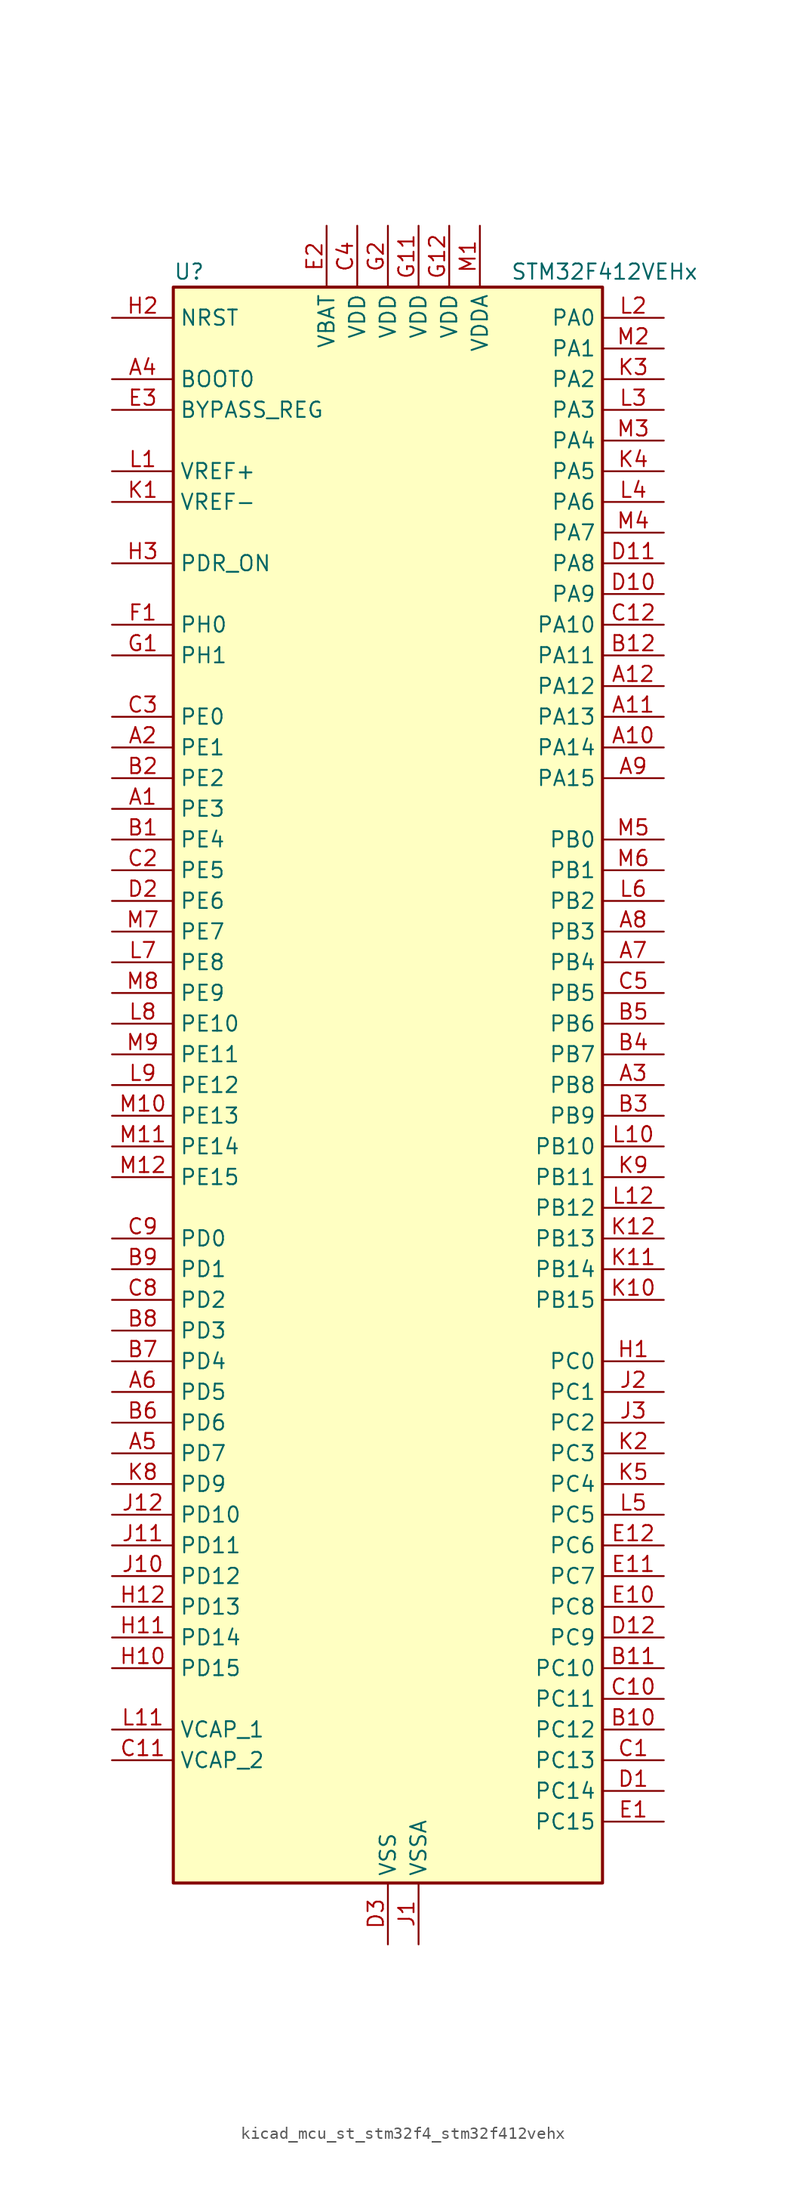
<source format=kicad_sym>
(kicad_symbol_lib
  (version 20220914)
  (generator kicad_symbol_editor)
  (symbol "kicad_mcu_st_stm32f4_stm32f412vehx"
    (property "Reference" "U"
      (at -17.78 67.31 0)
      (effects (font (size 1.27 1.27)) (justify left)))
    (property "Value" "STM32F412VEHx"
      (at 10.16 67.31 0)
      (effects (font (size 1.27 1.27)) (justify left)))
    (property "ki_locked" ""
      (at 0 0 0)
      (effects (font (size 1.27 1.27))))
    (symbol "kicad_mcu_st_stm32f4_stm32f412vehx_0_1"
      (rectangle (start -17.78 -66.04) (end 17.78 66.04) (stroke (width 0.254) (type default)) (fill (type background))))
    (symbol "kicad_mcu_st_stm32f4_stm32f412vehx_1_1"
      (pin bidirectional line (at -22.86 22.86 0) (length 5.08) (name "PE3" (effects (font (size 1.27 1.27)))) (number "A1" (effects (font (size 1.27 1.27)))) (alternate "FSMC_A19" bidirectional line) (alternate "SYS_TRACED0" bidirectional line))
      (pin bidirectional line (at 22.86 27.94 180) (length 5.08) (name "PA14" (effects (font (size 1.27 1.27)))) (number "A10" (effects (font (size 1.27 1.27)))) (alternate "SYS_JTCK-SWCLK" bidirectional line))
      (pin bidirectional line (at 22.86 30.48 180) (length 5.08) (name "PA13" (effects (font (size 1.27 1.27)))) (number "A11" (effects (font (size 1.27 1.27)))) (alternate "SYS_JTMS-SWDIO" bidirectional line))
      (pin bidirectional line (at 22.86 33.02 180) (length 5.08) (name "PA12" (effects (font (size 1.27 1.27)))) (number "A12" (effects (font (size 1.27 1.27)))) (alternate "CAN1_TX" bidirectional line) (alternate "SPI5_MISO" bidirectional line) (alternate "TIM1_ETR" bidirectional line) (alternate "USART1_RTS" bidirectional line) (alternate "USART6_RX" bidirectional line) (alternate "USB_OTG_FS_DP" bidirectional line))
      (pin bidirectional line (at -22.86 27.94 0) (length 5.08) (name "PE1" (effects (font (size 1.27 1.27)))) (number "A2" (effects (font (size 1.27 1.27)))) (alternate "FSMC_NBL1" bidirectional line))
      (pin bidirectional line (at 22.86 0 180) (length 5.08) (name "PB8" (effects (font (size 1.27 1.27)))) (number "A3" (effects (font (size 1.27 1.27)))) (alternate "CAN1_RX" bidirectional line) (alternate "I2C1_SCL" bidirectional line) (alternate "I2C3_SDA" bidirectional line) (alternate "I2S5_SD" bidirectional line) (alternate "SDIO_D4" bidirectional line) (alternate "SPI5_MOSI" bidirectional line) (alternate "TIM10_CH1" bidirectional line) (alternate "TIM4_CH3" bidirectional line))
      (pin input line (at -22.86 58.42 0) (length 5.08) (name "BOOT0" (effects (font (size 1.27 1.27)))) (number "A4" (effects (font (size 1.27 1.27)))))
      (pin bidirectional line (at -22.86 -30.48 0) (length 5.08) (name "PD7" (effects (font (size 1.27 1.27)))) (number "A5" (effects (font (size 1.27 1.27)))) (alternate "DFSDM1_CKIN1" bidirectional line) (alternate "FSMC_NE1" bidirectional line) (alternate "USART2_CK" bidirectional line))
      (pin bidirectional line (at -22.86 -25.4 0) (length 5.08) (name "PD5" (effects (font (size 1.27 1.27)))) (number "A6" (effects (font (size 1.27 1.27)))) (alternate "FSMC_NWE" bidirectional line) (alternate "USART2_TX" bidirectional line))
      (pin bidirectional line (at 22.86 10.16 180) (length 5.08) (name "PB4" (effects (font (size 1.27 1.27)))) (number "A7" (effects (font (size 1.27 1.27)))) (alternate "I2C3_SDA" bidirectional line) (alternate "I2S3_ext_SD" bidirectional line) (alternate "SDIO_D0" bidirectional line) (alternate "SPI1_MISO" bidirectional line) (alternate "SPI3_MISO" bidirectional line) (alternate "SYS_JTRST" bidirectional line) (alternate "TIM3_CH1" bidirectional line))
      (pin bidirectional line (at 22.86 12.7 180) (length 5.08) (name "PB3" (effects (font (size 1.27 1.27)))) (number "A8" (effects (font (size 1.27 1.27)))) (alternate "FMPI2C1_SDA" bidirectional line) (alternate "I2C2_SDA" bidirectional line) (alternate "I2S1_CK" bidirectional line) (alternate "I2S3_CK" bidirectional line) (alternate "SPI1_SCK" bidirectional line) (alternate "SPI3_SCK" bidirectional line) (alternate "SYS_JTDO-SWO" bidirectional line) (alternate "TIM2_CH2" bidirectional line) (alternate "USART1_RX" bidirectional line))
      (pin bidirectional line (at 22.86 25.4 180) (length 5.08) (name "PA15" (effects (font (size 1.27 1.27)))) (number "A9" (effects (font (size 1.27 1.27)))) (alternate "ADC1_EXTI15" bidirectional line) (alternate "I2S1_WS" bidirectional line) (alternate "I2S3_WS" bidirectional line) (alternate "SPI1_NSS" bidirectional line) (alternate "SPI3_NSS" bidirectional line) (alternate "SYS_JTDI" bidirectional line) (alternate "TIM2_CH1" bidirectional line) (alternate "TIM2_ETR" bidirectional line) (alternate "USART1_TX" bidirectional line))
      (pin bidirectional line (at -22.86 20.32 0) (length 5.08) (name "PE4" (effects (font (size 1.27 1.27)))) (number "B1" (effects (font (size 1.27 1.27)))) (alternate "DFSDM1_DATIN3" bidirectional line) (alternate "FSMC_A20" bidirectional line) (alternate "I2S4_WS" bidirectional line) (alternate "I2S5_WS" bidirectional line) (alternate "SPI4_NSS" bidirectional line) (alternate "SPI5_NSS" bidirectional line) (alternate "SYS_TRACED1" bidirectional line))
      (pin bidirectional line (at 22.86 -53.34 180) (length 5.08) (name "PC12" (effects (font (size 1.27 1.27)))) (number "B10" (effects (font (size 1.27 1.27)))) (alternate "FSMC_D3" bidirectional line) (alternate "FSMC_DA3" bidirectional line) (alternate "I2S3_SD" bidirectional line) (alternate "SDIO_CK" bidirectional line) (alternate "SPI3_MOSI" bidirectional line) (alternate "USART3_CK" bidirectional line))
      (pin bidirectional line (at 22.86 -48.26 180) (length 5.08) (name "PC10" (effects (font (size 1.27 1.27)))) (number "B11" (effects (font (size 1.27 1.27)))) (alternate "I2S3_CK" bidirectional line) (alternate "QUADSPI_BK1_IO1" bidirectional line) (alternate "SDIO_D2" bidirectional line) (alternate "SPI3_SCK" bidirectional line) (alternate "USART3_TX" bidirectional line))
      (pin bidirectional line (at 22.86 35.56 180) (length 5.08) (name "PA11" (effects (font (size 1.27 1.27)))) (number "B12" (effects (font (size 1.27 1.27)))) (alternate "ADC1_EXTI11" bidirectional line) (alternate "CAN1_RX" bidirectional line) (alternate "SPI4_MISO" bidirectional line) (alternate "TIM1_CH4" bidirectional line) (alternate "USART1_CTS" bidirectional line) (alternate "USART6_TX" bidirectional line) (alternate "USB_OTG_FS_DM" bidirectional line))
      (pin bidirectional line (at -22.86 25.4 0) (length 5.08) (name "PE2" (effects (font (size 1.27 1.27)))) (number "B2" (effects (font (size 1.27 1.27)))) (alternate "FSMC_A23" bidirectional line) (alternate "I2S4_CK" bidirectional line) (alternate "I2S5_CK" bidirectional line) (alternate "QUADSPI_BK1_IO2" bidirectional line) (alternate "SPI4_SCK" bidirectional line) (alternate "SPI5_SCK" bidirectional line) (alternate "SYS_TRACECLK" bidirectional line))
      (pin bidirectional line (at 22.86 -2.54 180) (length 5.08) (name "PB9" (effects (font (size 1.27 1.27)))) (number "B3" (effects (font (size 1.27 1.27)))) (alternate "CAN1_TX" bidirectional line) (alternate "I2C1_SDA" bidirectional line) (alternate "I2C2_SDA" bidirectional line) (alternate "I2S2_WS" bidirectional line) (alternate "SDIO_D5" bidirectional line) (alternate "SPI2_NSS" bidirectional line) (alternate "TIM11_CH1" bidirectional line) (alternate "TIM4_CH4" bidirectional line))
      (pin bidirectional line (at 22.86 2.54 180) (length 5.08) (name "PB7" (effects (font (size 1.27 1.27)))) (number "B4" (effects (font (size 1.27 1.27)))) (alternate "FSMC_NL" bidirectional line) (alternate "I2C1_SDA" bidirectional line) (alternate "TIM4_CH2" bidirectional line) (alternate "USART1_RX" bidirectional line))
      (pin bidirectional line (at 22.86 5.08 180) (length 5.08) (name "PB6" (effects (font (size 1.27 1.27)))) (number "B5" (effects (font (size 1.27 1.27)))) (alternate "CAN2_TX" bidirectional line) (alternate "I2C1_SCL" bidirectional line) (alternate "QUADSPI_BK1_NCS" bidirectional line) (alternate "SDIO_D0" bidirectional line) (alternate "TIM4_CH1" bidirectional line) (alternate "USART1_TX" bidirectional line))
      (pin bidirectional line (at -22.86 -27.94 0) (length 5.08) (name "PD6" (effects (font (size 1.27 1.27)))) (number "B6" (effects (font (size 1.27 1.27)))) (alternate "DFSDM1_DATIN1" bidirectional line) (alternate "FSMC_NWAIT" bidirectional line) (alternate "I2S3_SD" bidirectional line) (alternate "SPI3_MOSI" bidirectional line) (alternate "USART2_RX" bidirectional line))
      (pin bidirectional line (at -22.86 -22.86 0) (length 5.08) (name "PD4" (effects (font (size 1.27 1.27)))) (number "B7" (effects (font (size 1.27 1.27)))) (alternate "DFSDM1_CKIN0" bidirectional line) (alternate "FSMC_NOE" bidirectional line) (alternate "USART2_RTS" bidirectional line))
      (pin bidirectional line (at -22.86 -20.32 0) (length 5.08) (name "PD3" (effects (font (size 1.27 1.27)))) (number "B8" (effects (font (size 1.27 1.27)))) (alternate "DFSDM1_DATIN0" bidirectional line) (alternate "FSMC_CLK" bidirectional line) (alternate "I2S2_CK" bidirectional line) (alternate "QUADSPI_CLK" bidirectional line) (alternate "SPI2_SCK" bidirectional line) (alternate "SYS_TRACED1" bidirectional line) (alternate "USART2_CTS" bidirectional line))
      (pin bidirectional line (at -22.86 -15.24 0) (length 5.08) (name "PD1" (effects (font (size 1.27 1.27)))) (number "B9" (effects (font (size 1.27 1.27)))) (alternate "CAN1_TX" bidirectional line) (alternate "FSMC_D3" bidirectional line) (alternate "FSMC_DA3" bidirectional line))
      (pin bidirectional line (at 22.86 -55.88 180) (length 5.08) (name "PC13" (effects (font (size 1.27 1.27)))) (number "C1" (effects (font (size 1.27 1.27)))) (alternate "RTC_AF1" bidirectional line))
      (pin bidirectional line (at 22.86 -50.8 180) (length 5.08) (name "PC11" (effects (font (size 1.27 1.27)))) (number "C10" (effects (font (size 1.27 1.27)))) (alternate "ADC1_EXTI11" bidirectional line) (alternate "FSMC_D2" bidirectional line) (alternate "FSMC_DA2" bidirectional line) (alternate "I2S3_ext_SD" bidirectional line) (alternate "QUADSPI_BK2_NCS" bidirectional line) (alternate "SDIO_D3" bidirectional line) (alternate "SPI3_MISO" bidirectional line) (alternate "USART3_RX" bidirectional line))
      (pin power_out line (at -22.86 -55.88 0) (length 5.08) (name "VCAP_2" (effects (font (size 1.27 1.27)))) (number "C11" (effects (font (size 1.27 1.27)))))
      (pin bidirectional line (at 22.86 38.1 180) (length 5.08) (name "PA10" (effects (font (size 1.27 1.27)))) (number "C12" (effects (font (size 1.27 1.27)))) (alternate "I2S5_SD" bidirectional line) (alternate "SPI5_MOSI" bidirectional line) (alternate "TIM1_CH3" bidirectional line) (alternate "USART1_RX" bidirectional line) (alternate "USB_OTG_FS_ID" bidirectional line))
      (pin bidirectional line (at -22.86 17.78 0) (length 5.08) (name "PE5" (effects (font (size 1.27 1.27)))) (number "C2" (effects (font (size 1.27 1.27)))) (alternate "DFSDM1_CKIN3" bidirectional line) (alternate "FSMC_A21" bidirectional line) (alternate "SPI4_MISO" bidirectional line) (alternate "SPI5_MISO" bidirectional line) (alternate "SYS_TRACED2" bidirectional line) (alternate "TIM9_CH1" bidirectional line))
      (pin bidirectional line (at -22.86 30.48 0) (length 5.08) (name "PE0" (effects (font (size 1.27 1.27)))) (number "C3" (effects (font (size 1.27 1.27)))) (alternate "FSMC_NBL0" bidirectional line) (alternate "TIM4_ETR" bidirectional line))
      (pin power_in line (at -2.54 71.12 270) (length 5.08) (name "VDD" (effects (font (size 1.27 1.27)))) (number "C4" (effects (font (size 1.27 1.27)))))
      (pin bidirectional line (at 22.86 7.62 180) (length 5.08) (name "PB5" (effects (font (size 1.27 1.27)))) (number "C5" (effects (font (size 1.27 1.27)))) (alternate "CAN2_RX" bidirectional line) (alternate "I2C1_SMBA" bidirectional line) (alternate "I2S1_SD" bidirectional line) (alternate "I2S3_SD" bidirectional line) (alternate "SDIO_D3" bidirectional line) (alternate "SPI1_MOSI" bidirectional line) (alternate "SPI3_MOSI" bidirectional line) (alternate "TIM3_CH2" bidirectional line))
      (pin bidirectional line (at -22.86 -17.78 0) (length 5.08) (name "PD2" (effects (font (size 1.27 1.27)))) (number "C8" (effects (font (size 1.27 1.27)))) (alternate "FSMC_NWE" bidirectional line) (alternate "SDIO_CMD" bidirectional line) (alternate "TIM3_ETR" bidirectional line))
      (pin bidirectional line (at -22.86 -12.7 0) (length 5.08) (name "PD0" (effects (font (size 1.27 1.27)))) (number "C9" (effects (font (size 1.27 1.27)))) (alternate "CAN1_RX" bidirectional line) (alternate "FSMC_D2" bidirectional line) (alternate "FSMC_DA2" bidirectional line))
      (pin bidirectional line (at 22.86 -58.42 180) (length 5.08) (name "PC14" (effects (font (size 1.27 1.27)))) (number "D1" (effects (font (size 1.27 1.27)))) (alternate "RCC_OSC32_IN" bidirectional line))
      (pin bidirectional line (at 22.86 40.64 180) (length 5.08) (name "PA9" (effects (font (size 1.27 1.27)))) (number "D10" (effects (font (size 1.27 1.27)))) (alternate "I2C3_SMBA" bidirectional line) (alternate "SDIO_D2" bidirectional line) (alternate "TIM1_CH2" bidirectional line) (alternate "USART1_TX" bidirectional line) (alternate "USB_OTG_FS_VBUS" bidirectional line))
      (pin bidirectional line (at 22.86 43.18 180) (length 5.08) (name "PA8" (effects (font (size 1.27 1.27)))) (number "D11" (effects (font (size 1.27 1.27)))) (alternate "I2C3_SCL" bidirectional line) (alternate "RCC_MCO_1" bidirectional line) (alternate "SDIO_D1" bidirectional line) (alternate "TIM1_CH1" bidirectional line) (alternate "USART1_CK" bidirectional line) (alternate "USB_OTG_FS_SOF" bidirectional line))
      (pin bidirectional line (at 22.86 -45.72 180) (length 5.08) (name "PC9" (effects (font (size 1.27 1.27)))) (number "D12" (effects (font (size 1.27 1.27)))) (alternate "I2C3_SDA" bidirectional line) (alternate "I2S_CKIN" bidirectional line) (alternate "QUADSPI_BK1_IO0" bidirectional line) (alternate "RCC_MCO_2" bidirectional line) (alternate "SDIO_D1" bidirectional line) (alternate "TIM3_CH4" bidirectional line) (alternate "TIM8_CH4" bidirectional line))
      (pin bidirectional line (at -22.86 15.24 0) (length 5.08) (name "PE6" (effects (font (size 1.27 1.27)))) (number "D2" (effects (font (size 1.27 1.27)))) (alternate "FSMC_A22" bidirectional line) (alternate "I2S4_SD" bidirectional line) (alternate "I2S5_SD" bidirectional line) (alternate "SPI4_MOSI" bidirectional line) (alternate "SPI5_MOSI" bidirectional line) (alternate "SYS_TRACED3" bidirectional line) (alternate "TIM9_CH2" bidirectional line))
      (pin power_in line (at 0 -71.12 90) (length 5.08) (name "VSS" (effects (font (size 1.27 1.27)))) (number "D3" (effects (font (size 1.27 1.27)))))
      (pin bidirectional line (at 22.86 -60.96 180) (length 5.08) (name "PC15" (effects (font (size 1.27 1.27)))) (number "E1" (effects (font (size 1.27 1.27)))) (alternate "ADC1_EXTI15" bidirectional line) (alternate "RCC_OSC32_OUT" bidirectional line))
      (pin bidirectional line (at 22.86 -43.18 180) (length 5.08) (name "PC8" (effects (font (size 1.27 1.27)))) (number "E10" (effects (font (size 1.27 1.27)))) (alternate "QUADSPI_BK1_IO2" bidirectional line) (alternate "SDIO_D0" bidirectional line) (alternate "TIM3_CH3" bidirectional line) (alternate "TIM8_CH3" bidirectional line) (alternate "USART6_CK" bidirectional line))
      (pin bidirectional line (at 22.86 -40.64 180) (length 5.08) (name "PC7" (effects (font (size 1.27 1.27)))) (number "E11" (effects (font (size 1.27 1.27)))) (alternate "DFSDM1_DATIN3" bidirectional line) (alternate "FMPI2C1_SDA" bidirectional line) (alternate "I2S2_CK" bidirectional line) (alternate "I2S3_MCK" bidirectional line) (alternate "SDIO_D7" bidirectional line) (alternate "SPI2_SCK" bidirectional line) (alternate "TIM3_CH2" bidirectional line) (alternate "TIM8_CH2" bidirectional line) (alternate "USART6_RX" bidirectional line))
      (pin bidirectional line (at 22.86 -38.1 180) (length 5.08) (name "PC6" (effects (font (size 1.27 1.27)))) (number "E12" (effects (font (size 1.27 1.27)))) (alternate "DFSDM1_CKIN3" bidirectional line) (alternate "FMPI2C1_SCL" bidirectional line) (alternate "FSMC_D1" bidirectional line) (alternate "FSMC_DA1" bidirectional line) (alternate "I2S2_MCK" bidirectional line) (alternate "SDIO_D6" bidirectional line) (alternate "TIM3_CH1" bidirectional line) (alternate "TIM8_CH1" bidirectional line) (alternate "USART6_TX" bidirectional line))
      (pin power_in line (at -5.08 71.12 270) (length 5.08) (name "VBAT" (effects (font (size 1.27 1.27)))) (number "E2" (effects (font (size 1.27 1.27)))))
      (pin input line (at -22.86 55.88 0) (length 5.08) (name "BYPASS_REG" (effects (font (size 1.27 1.27)))) (number "E3" (effects (font (size 1.27 1.27)))))
      (pin bidirectional line (at -22.86 38.1 0) (length 5.08) (name "PH0" (effects (font (size 1.27 1.27)))) (number "F1" (effects (font (size 1.27 1.27)))) (alternate "RCC_OSC_IN" bidirectional line))
      (pin passive line (at 0 -71.12 90) (length 5.08) hide (name "VSS" (effects (font (size 1.27 1.27)))) (number "F11" (effects (font (size 1.27 1.27)))))
      (pin passive line (at 0 -71.12 90) (length 5.08) hide (name "VSS" (effects (font (size 1.27 1.27)))) (number "F12" (effects (font (size 1.27 1.27)))))
      (pin passive line (at 0 -71.12 90) (length 5.08) hide (name "VSS" (effects (font (size 1.27 1.27)))) (number "F2" (effects (font (size 1.27 1.27)))))
      (pin bidirectional line (at -22.86 35.56 0) (length 5.08) (name "PH1" (effects (font (size 1.27 1.27)))) (number "G1" (effects (font (size 1.27 1.27)))) (alternate "RCC_OSC_OUT" bidirectional line))
      (pin power_in line (at 2.54 71.12 270) (length 5.08) (name "VDD" (effects (font (size 1.27 1.27)))) (number "G11" (effects (font (size 1.27 1.27)))))
      (pin power_in line (at 5.08 71.12 270) (length 5.08) (name "VDD" (effects (font (size 1.27 1.27)))) (number "G12" (effects (font (size 1.27 1.27)))))
      (pin power_in line (at 0 71.12 270) (length 5.08) (name "VDD" (effects (font (size 1.27 1.27)))) (number "G2" (effects (font (size 1.27 1.27)))))
      (pin bidirectional line (at 22.86 -22.86 180) (length 5.08) (name "PC0" (effects (font (size 1.27 1.27)))) (number "H1" (effects (font (size 1.27 1.27)))) (alternate "ADC1_IN10" bidirectional line) (alternate "SYS_WKUP2" bidirectional line))
      (pin bidirectional line (at -22.86 -48.26 0) (length 5.08) (name "PD15" (effects (font (size 1.27 1.27)))) (number "H10" (effects (font (size 1.27 1.27)))) (alternate "ADC1_EXTI15" bidirectional line) (alternate "FMPI2C1_SDA" bidirectional line) (alternate "FSMC_D1" bidirectional line) (alternate "FSMC_DA1" bidirectional line) (alternate "TIM4_CH4" bidirectional line))
      (pin bidirectional line (at -22.86 -45.72 0) (length 5.08) (name "PD14" (effects (font (size 1.27 1.27)))) (number "H11" (effects (font (size 1.27 1.27)))) (alternate "FMPI2C1_SCL" bidirectional line) (alternate "FSMC_D0" bidirectional line) (alternate "FSMC_DA0" bidirectional line) (alternate "TIM4_CH3" bidirectional line))
      (pin bidirectional line (at -22.86 -43.18 0) (length 5.08) (name "PD13" (effects (font (size 1.27 1.27)))) (number "H12" (effects (font (size 1.27 1.27)))) (alternate "FMPI2C1_SDA" bidirectional line) (alternate "FSMC_A18" bidirectional line) (alternate "QUADSPI_BK1_IO3" bidirectional line) (alternate "TIM4_CH2" bidirectional line))
      (pin input line (at -22.86 63.5 0) (length 5.08) (name "NRST" (effects (font (size 1.27 1.27)))) (number "H2" (effects (font (size 1.27 1.27)))))
      (pin input line (at -22.86 43.18 0) (length 5.08) (name "PDR_ON" (effects (font (size 1.27 1.27)))) (number "H3" (effects (font (size 1.27 1.27)))))
      (pin power_in line (at 2.54 -71.12 90) (length 5.08) (name "VSSA" (effects (font (size 1.27 1.27)))) (number "J1" (effects (font (size 1.27 1.27)))))
      (pin bidirectional line (at -22.86 -40.64 0) (length 5.08) (name "PD12" (effects (font (size 1.27 1.27)))) (number "J10" (effects (font (size 1.27 1.27)))) (alternate "FMPI2C1_SCL" bidirectional line) (alternate "FSMC_A17" bidirectional line) (alternate "QUADSPI_BK1_IO1" bidirectional line) (alternate "TIM4_CH1" bidirectional line) (alternate "USART3_RTS" bidirectional line))
      (pin bidirectional line (at -22.86 -38.1 0) (length 5.08) (name "PD11" (effects (font (size 1.27 1.27)))) (number "J11" (effects (font (size 1.27 1.27)))) (alternate "ADC1_EXTI11" bidirectional line) (alternate "FMPI2C1_SMBA" bidirectional line) (alternate "FSMC_A16" bidirectional line) (alternate "QUADSPI_BK1_IO0" bidirectional line) (alternate "USART3_CTS" bidirectional line))
      (pin bidirectional line (at -22.86 -35.56 0) (length 5.08) (name "PD10" (effects (font (size 1.27 1.27)))) (number "J12" (effects (font (size 1.27 1.27)))) (alternate "FSMC_D15" bidirectional line) (alternate "FSMC_DA15" bidirectional line) (alternate "USART3_CK" bidirectional line))
      (pin bidirectional line (at 22.86 -25.4 180) (length 5.08) (name "PC1" (effects (font (size 1.27 1.27)))) (number "J2" (effects (font (size 1.27 1.27)))) (alternate "ADC1_IN11" bidirectional line) (alternate "SYS_WKUP3" bidirectional line))
      (pin bidirectional line (at 22.86 -27.94 180) (length 5.08) (name "PC2" (effects (font (size 1.27 1.27)))) (number "J3" (effects (font (size 1.27 1.27)))) (alternate "ADC1_IN12" bidirectional line) (alternate "DFSDM1_CKOUT" bidirectional line) (alternate "FSMC_NWE" bidirectional line) (alternate "I2S2_ext_SD" bidirectional line) (alternate "SPI2_MISO" bidirectional line))
      (pin input line (at -22.86 48.26 0) (length 5.08) (name "VREF-" (effects (font (size 1.27 1.27)))) (number "K1" (effects (font (size 1.27 1.27)))))
      (pin bidirectional line (at 22.86 -17.78 180) (length 5.08) (name "PB15" (effects (font (size 1.27 1.27)))) (number "K10" (effects (font (size 1.27 1.27)))) (alternate "ADC1_EXTI15" bidirectional line) (alternate "DFSDM1_CKIN2" bidirectional line) (alternate "FMPI2C1_SCL" bidirectional line) (alternate "I2S2_SD" bidirectional line) (alternate "RTC_REFIN" bidirectional line) (alternate "SDIO_CK" bidirectional line) (alternate "SPI2_MOSI" bidirectional line) (alternate "TIM12_CH2" bidirectional line) (alternate "TIM1_CH3N" bidirectional line) (alternate "TIM8_CH3N" bidirectional line))
      (pin bidirectional line (at 22.86 -15.24 180) (length 5.08) (name "PB14" (effects (font (size 1.27 1.27)))) (number "K11" (effects (font (size 1.27 1.27)))) (alternate "DFSDM1_DATIN2" bidirectional line) (alternate "FMPI2C1_SDA" bidirectional line) (alternate "FSMC_D0" bidirectional line) (alternate "FSMC_DA0" bidirectional line) (alternate "I2S2_ext_SD" bidirectional line) (alternate "SDIO_D6" bidirectional line) (alternate "SPI2_MISO" bidirectional line) (alternate "TIM12_CH1" bidirectional line) (alternate "TIM1_CH2N" bidirectional line) (alternate "TIM8_CH2N" bidirectional line) (alternate "USART3_RTS" bidirectional line))
      (pin bidirectional line (at 22.86 -12.7 180) (length 5.08) (name "PB13" (effects (font (size 1.27 1.27)))) (number "K12" (effects (font (size 1.27 1.27)))) (alternate "CAN2_TX" bidirectional line) (alternate "DFSDM1_CKIN1" bidirectional line) (alternate "FMPI2C1_SMBA" bidirectional line) (alternate "I2S2_CK" bidirectional line) (alternate "I2S4_CK" bidirectional line) (alternate "SPI2_SCK" bidirectional line) (alternate "SPI4_SCK" bidirectional line) (alternate "TIM1_CH1N" bidirectional line) (alternate "USART3_CTS" bidirectional line))
      (pin bidirectional line (at 22.86 -30.48 180) (length 5.08) (name "PC3" (effects (font (size 1.27 1.27)))) (number "K2" (effects (font (size 1.27 1.27)))) (alternate "ADC1_IN13" bidirectional line) (alternate "FSMC_A0" bidirectional line) (alternate "I2S2_SD" bidirectional line) (alternate "SPI2_MOSI" bidirectional line))
      (pin bidirectional line (at 22.86 58.42 180) (length 5.08) (name "PA2" (effects (font (size 1.27 1.27)))) (number "K3" (effects (font (size 1.27 1.27)))) (alternate "ADC1_IN2" bidirectional line) (alternate "FSMC_D4" bidirectional line) (alternate "FSMC_DA4" bidirectional line) (alternate "I2S_CKIN" bidirectional line) (alternate "TIM2_CH3" bidirectional line) (alternate "TIM5_CH3" bidirectional line) (alternate "TIM9_CH1" bidirectional line) (alternate "USART2_TX" bidirectional line))
      (pin bidirectional line (at 22.86 50.8 180) (length 5.08) (name "PA5" (effects (font (size 1.27 1.27)))) (number "K4" (effects (font (size 1.27 1.27)))) (alternate "ADC1_IN5" bidirectional line) (alternate "DFSDM1_CKIN1" bidirectional line) (alternate "FSMC_D7" bidirectional line) (alternate "FSMC_DA7" bidirectional line) (alternate "I2S1_CK" bidirectional line) (alternate "SPI1_SCK" bidirectional line) (alternate "TIM2_CH1" bidirectional line) (alternate "TIM2_ETR" bidirectional line) (alternate "TIM8_CH1N" bidirectional line))
      (pin bidirectional line (at 22.86 -33.02 180) (length 5.08) (name "PC4" (effects (font (size 1.27 1.27)))) (number "K5" (effects (font (size 1.27 1.27)))) (alternate "ADC1_IN14" bidirectional line) (alternate "FSMC_NE4" bidirectional line) (alternate "I2S1_MCK" bidirectional line) (alternate "QUADSPI_BK2_IO2" bidirectional line))
      (pin bidirectional line (at -22.86 -33.02 0) (length 5.08) (name "PD9" (effects (font (size 1.27 1.27)))) (number "K8" (effects (font (size 1.27 1.27)))) (alternate "FSMC_D14" bidirectional line) (alternate "FSMC_DA14" bidirectional line) (alternate "USART3_RX" bidirectional line))
      (pin bidirectional line (at 22.86 -7.62 180) (length 5.08) (name "PB11" (effects (font (size 1.27 1.27)))) (number "K9" (effects (font (size 1.27 1.27)))) (alternate "ADC1_EXTI11" bidirectional line) (alternate "I2C2_SDA" bidirectional line) (alternate "I2S_CKIN" bidirectional line) (alternate "TIM2_CH4" bidirectional line) (alternate "USART3_RX" bidirectional line))
      (pin input line (at -22.86 50.8 0) (length 5.08) (name "VREF+" (effects (font (size 1.27 1.27)))) (number "L1" (effects (font (size 1.27 1.27)))))
      (pin bidirectional line (at 22.86 -5.08 180) (length 5.08) (name "PB10" (effects (font (size 1.27 1.27)))) (number "L10" (effects (font (size 1.27 1.27)))) (alternate "FMPI2C1_SCL" bidirectional line) (alternate "I2C2_SCL" bidirectional line) (alternate "I2S2_CK" bidirectional line) (alternate "I2S3_MCK" bidirectional line) (alternate "SDIO_D7" bidirectional line) (alternate "SPI2_SCK" bidirectional line) (alternate "TIM2_CH3" bidirectional line) (alternate "USART3_TX" bidirectional line))
      (pin power_out line (at -22.86 -53.34 0) (length 5.08) (name "VCAP_1" (effects (font (size 1.27 1.27)))) (number "L11" (effects (font (size 1.27 1.27)))))
      (pin bidirectional line (at 22.86 -10.16 180) (length 5.08) (name "PB12" (effects (font (size 1.27 1.27)))) (number "L12" (effects (font (size 1.27 1.27)))) (alternate "CAN2_RX" bidirectional line) (alternate "DFSDM1_DATIN1" bidirectional line) (alternate "FSMC_D13" bidirectional line) (alternate "FSMC_DA13" bidirectional line) (alternate "I2C2_SMBA" bidirectional line) (alternate "I2S2_WS" bidirectional line) (alternate "I2S3_CK" bidirectional line) (alternate "I2S4_WS" bidirectional line) (alternate "SPI2_NSS" bidirectional line) (alternate "SPI3_SCK" bidirectional line) (alternate "SPI4_NSS" bidirectional line) (alternate "TIM1_BKIN" bidirectional line) (alternate "USART3_CK" bidirectional line))
      (pin bidirectional line (at 22.86 63.5 180) (length 5.08) (name "PA0" (effects (font (size 1.27 1.27)))) (number "L2" (effects (font (size 1.27 1.27)))) (alternate "ADC1_IN0" bidirectional line) (alternate "SYS_WKUP1" bidirectional line) (alternate "TIM2_CH1" bidirectional line) (alternate "TIM2_ETR" bidirectional line) (alternate "TIM5_CH1" bidirectional line) (alternate "TIM8_ETR" bidirectional line) (alternate "USART2_CTS" bidirectional line))
      (pin bidirectional line (at 22.86 55.88 180) (length 5.08) (name "PA3" (effects (font (size 1.27 1.27)))) (number "L3" (effects (font (size 1.27 1.27)))) (alternate "ADC1_IN3" bidirectional line) (alternate "FSMC_D5" bidirectional line) (alternate "FSMC_DA5" bidirectional line) (alternate "I2S2_MCK" bidirectional line) (alternate "TIM2_CH4" bidirectional line) (alternate "TIM5_CH4" bidirectional line) (alternate "TIM9_CH2" bidirectional line) (alternate "USART2_RX" bidirectional line))
      (pin bidirectional line (at 22.86 48.26 180) (length 5.08) (name "PA6" (effects (font (size 1.27 1.27)))) (number "L4" (effects (font (size 1.27 1.27)))) (alternate "ADC1_IN6" bidirectional line) (alternate "I2S2_MCK" bidirectional line) (alternate "QUADSPI_BK2_IO0" bidirectional line) (alternate "SDIO_CMD" bidirectional line) (alternate "SPI1_MISO" bidirectional line) (alternate "TIM13_CH1" bidirectional line) (alternate "TIM1_BKIN" bidirectional line) (alternate "TIM3_CH1" bidirectional line) (alternate "TIM8_BKIN" bidirectional line))
      (pin bidirectional line (at 22.86 -35.56 180) (length 5.08) (name "PC5" (effects (font (size 1.27 1.27)))) (number "L5" (effects (font (size 1.27 1.27)))) (alternate "ADC1_IN15" bidirectional line) (alternate "FMPI2C1_SMBA" bidirectional line) (alternate "FSMC_NOE" bidirectional line) (alternate "QUADSPI_BK2_IO3" bidirectional line) (alternate "USART3_RX" bidirectional line))
      (pin bidirectional line (at 22.86 15.24 180) (length 5.08) (name "PB2" (effects (font (size 1.27 1.27)))) (number "L6" (effects (font (size 1.27 1.27)))) (alternate "DFSDM1_CKIN0" bidirectional line) (alternate "QUADSPI_CLK" bidirectional line))
      (pin bidirectional line (at -22.86 10.16 0) (length 5.08) (name "PE8" (effects (font (size 1.27 1.27)))) (number "L7" (effects (font (size 1.27 1.27)))) (alternate "DFSDM1_CKIN2" bidirectional line) (alternate "FSMC_D5" bidirectional line) (alternate "FSMC_DA5" bidirectional line) (alternate "QUADSPI_BK2_IO1" bidirectional line) (alternate "TIM1_CH1N" bidirectional line))
      (pin bidirectional line (at -22.86 5.08 0) (length 5.08) (name "PE10" (effects (font (size 1.27 1.27)))) (number "L8" (effects (font (size 1.27 1.27)))) (alternate "FSMC_D7" bidirectional line) (alternate "FSMC_DA7" bidirectional line) (alternate "QUADSPI_BK2_IO3" bidirectional line) (alternate "TIM1_CH2N" bidirectional line))
      (pin bidirectional line (at -22.86 0 0) (length 5.08) (name "PE12" (effects (font (size 1.27 1.27)))) (number "L9" (effects (font (size 1.27 1.27)))) (alternate "FSMC_D9" bidirectional line) (alternate "FSMC_DA9" bidirectional line) (alternate "I2S4_CK" bidirectional line) (alternate "I2S5_CK" bidirectional line) (alternate "SPI4_SCK" bidirectional line) (alternate "SPI5_SCK" bidirectional line) (alternate "TIM1_CH3N" bidirectional line))
      (pin power_in line (at 7.62 71.12 270) (length 5.08) (name "VDDA" (effects (font (size 1.27 1.27)))) (number "M1" (effects (font (size 1.27 1.27)))))
      (pin bidirectional line (at -22.86 -2.54 0) (length 5.08) (name "PE13" (effects (font (size 1.27 1.27)))) (number "M10" (effects (font (size 1.27 1.27)))) (alternate "FSMC_D10" bidirectional line) (alternate "FSMC_DA10" bidirectional line) (alternate "SPI4_MISO" bidirectional line) (alternate "SPI5_MISO" bidirectional line) (alternate "TIM1_CH3" bidirectional line))
      (pin bidirectional line (at -22.86 -5.08 0) (length 5.08) (name "PE14" (effects (font (size 1.27 1.27)))) (number "M11" (effects (font (size 1.27 1.27)))) (alternate "FSMC_D11" bidirectional line) (alternate "FSMC_DA11" bidirectional line) (alternate "I2S4_SD" bidirectional line) (alternate "I2S5_SD" bidirectional line) (alternate "SPI4_MOSI" bidirectional line) (alternate "SPI5_MOSI" bidirectional line) (alternate "TIM1_CH4" bidirectional line))
      (pin bidirectional line (at -22.86 -7.62 0) (length 5.08) (name "PE15" (effects (font (size 1.27 1.27)))) (number "M12" (effects (font (size 1.27 1.27)))) (alternate "ADC1_EXTI15" bidirectional line) (alternate "FSMC_D12" bidirectional line) (alternate "FSMC_DA12" bidirectional line) (alternate "TIM1_BKIN" bidirectional line))
      (pin bidirectional line (at 22.86 60.96 180) (length 5.08) (name "PA1" (effects (font (size 1.27 1.27)))) (number "M2" (effects (font (size 1.27 1.27)))) (alternate "ADC1_IN1" bidirectional line) (alternate "I2S4_SD" bidirectional line) (alternate "QUADSPI_BK1_IO3" bidirectional line) (alternate "SPI4_MOSI" bidirectional line) (alternate "TIM2_CH2" bidirectional line) (alternate "TIM5_CH2" bidirectional line) (alternate "USART2_RTS" bidirectional line))
      (pin bidirectional line (at 22.86 53.34 180) (length 5.08) (name "PA4" (effects (font (size 1.27 1.27)))) (number "M3" (effects (font (size 1.27 1.27)))) (alternate "ADC1_IN4" bidirectional line) (alternate "DFSDM1_DATIN1" bidirectional line) (alternate "FSMC_D6" bidirectional line) (alternate "FSMC_DA6" bidirectional line) (alternate "I2S1_WS" bidirectional line) (alternate "I2S3_WS" bidirectional line) (alternate "SPI1_NSS" bidirectional line) (alternate "SPI3_NSS" bidirectional line) (alternate "USART2_CK" bidirectional line))
      (pin bidirectional line (at 22.86 45.72 180) (length 5.08) (name "PA7" (effects (font (size 1.27 1.27)))) (number "M4" (effects (font (size 1.27 1.27)))) (alternate "ADC1_IN7" bidirectional line) (alternate "I2S1_SD" bidirectional line) (alternate "QUADSPI_BK2_IO1" bidirectional line) (alternate "SPI1_MOSI" bidirectional line) (alternate "TIM14_CH1" bidirectional line) (alternate "TIM1_CH1N" bidirectional line) (alternate "TIM3_CH2" bidirectional line) (alternate "TIM8_CH1N" bidirectional line))
      (pin bidirectional line (at 22.86 20.32 180) (length 5.08) (name "PB0" (effects (font (size 1.27 1.27)))) (number "M5" (effects (font (size 1.27 1.27)))) (alternate "ADC1_IN8" bidirectional line) (alternate "I2S5_CK" bidirectional line) (alternate "SPI5_SCK" bidirectional line) (alternate "TIM1_CH2N" bidirectional line) (alternate "TIM3_CH3" bidirectional line) (alternate "TIM8_CH2N" bidirectional line))
      (pin bidirectional line (at 22.86 17.78 180) (length 5.08) (name "PB1" (effects (font (size 1.27 1.27)))) (number "M6" (effects (font (size 1.27 1.27)))) (alternate "ADC1_IN9" bidirectional line) (alternate "DFSDM1_DATIN0" bidirectional line) (alternate "I2S5_WS" bidirectional line) (alternate "QUADSPI_CLK" bidirectional line) (alternate "SPI5_NSS" bidirectional line) (alternate "TIM1_CH3N" bidirectional line) (alternate "TIM3_CH4" bidirectional line) (alternate "TIM8_CH3N" bidirectional line))
      (pin bidirectional line (at -22.86 12.7 0) (length 5.08) (name "PE7" (effects (font (size 1.27 1.27)))) (number "M7" (effects (font (size 1.27 1.27)))) (alternate "DFSDM1_DATIN2" bidirectional line) (alternate "FSMC_D4" bidirectional line) (alternate "FSMC_DA4" bidirectional line) (alternate "QUADSPI_BK2_IO0" bidirectional line) (alternate "TIM1_ETR" bidirectional line))
      (pin bidirectional line (at -22.86 7.62 0) (length 5.08) (name "PE9" (effects (font (size 1.27 1.27)))) (number "M8" (effects (font (size 1.27 1.27)))) (alternate "DFSDM1_CKOUT" bidirectional line) (alternate "FSMC_D6" bidirectional line) (alternate "FSMC_DA6" bidirectional line) (alternate "QUADSPI_BK2_IO2" bidirectional line) (alternate "TIM1_CH1" bidirectional line))
      (pin bidirectional line (at -22.86 2.54 0) (length 5.08) (name "PE11" (effects (font (size 1.27 1.27)))) (number "M9" (effects (font (size 1.27 1.27)))) (alternate "ADC1_EXTI11" bidirectional line) (alternate "FSMC_D8" bidirectional line) (alternate "FSMC_DA8" bidirectional line) (alternate "I2S4_WS" bidirectional line) (alternate "I2S5_WS" bidirectional line) (alternate "SPI4_NSS" bidirectional line) (alternate "SPI5_NSS" bidirectional line) (alternate "TIM1_CH2" bidirectional line)))))
</source>
